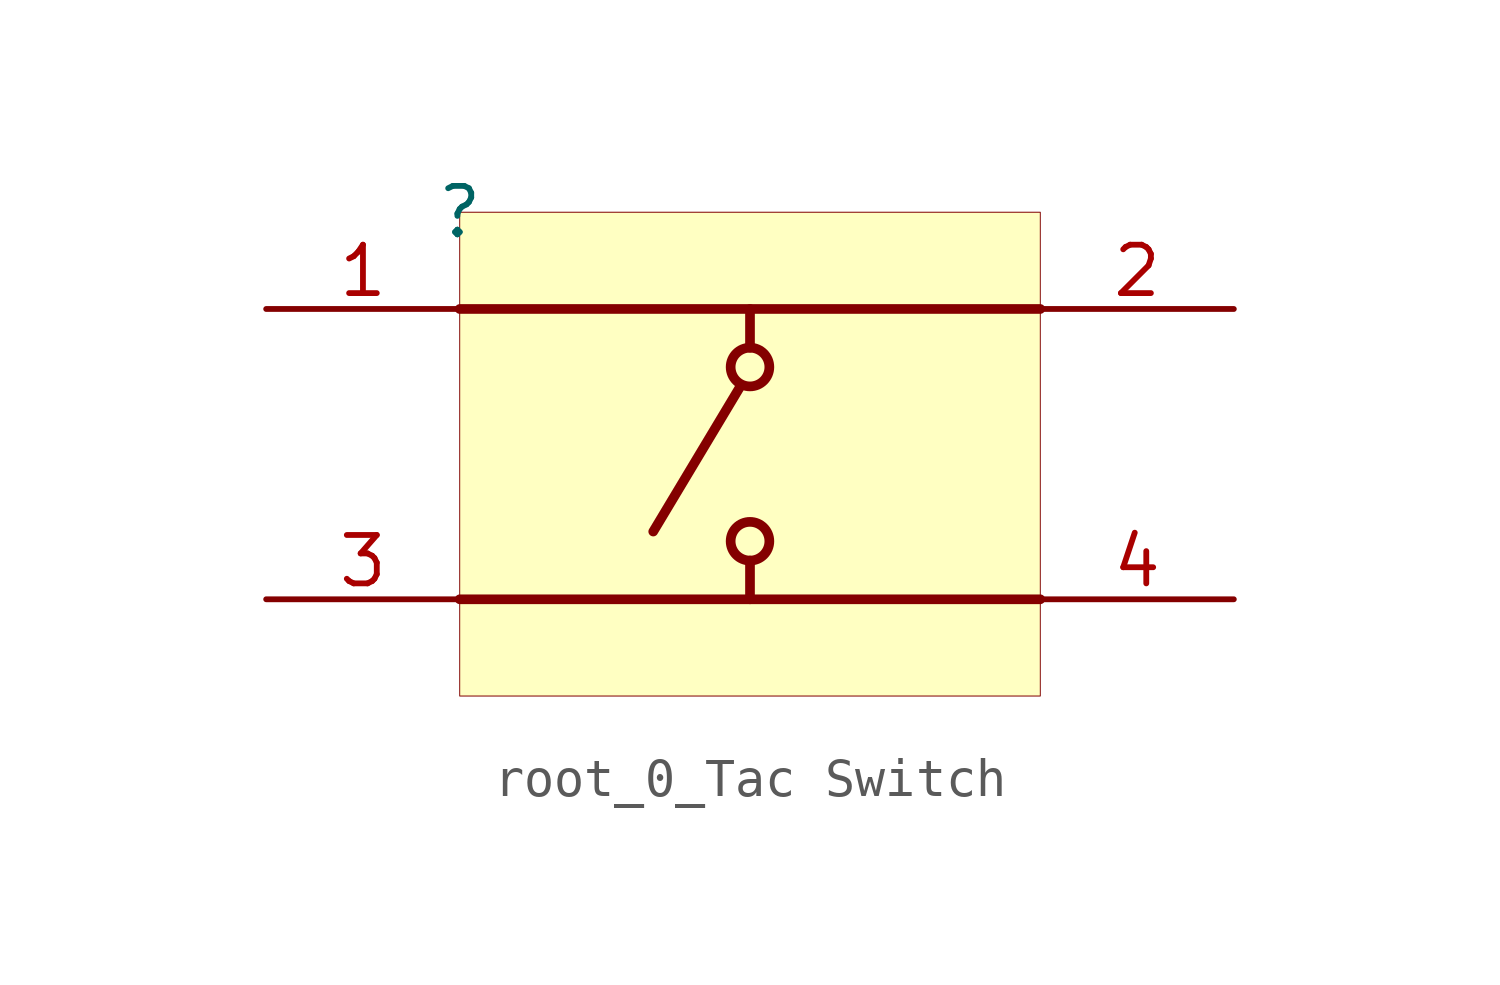
<source format=kicad_sym>
(kicad_symbol_lib
  (version 20231120)
  (generator "kicad_symbol_editor")
  (generator_version "8.0")
  (symbol "root_0_Tac Switch"
    (property "Reference" ""
      (at 0 0 0)
      (effects (font (size 1.27 1.27))))
    (property "Value" ""
      (at 0 0 0)
      (effects (font (size 1.27 1.27))))
    (symbol "root_0_Tac Switch_1_0"
      (polyline (pts (xy 5.08 -8.382) (xy 7.366 -4.572)) (stroke (width 0.254) (type solid)) (fill (type none)))
      (polyline (pts (xy 7.62 -10.16) (xy 7.62 -9.144)) (stroke (width 0.254) (type solid)) (fill (type none)))
      (polyline (pts (xy 7.62 -2.54) (xy 7.62 -3.556)) (stroke (width 0.254) (type solid)) (fill (type none)))
      (polyline (pts (xy 15.24 -10.16) (xy 0 -10.16)) (stroke (width 0.254) (type solid)) (fill (type none)))
      (polyline (pts (xy 15.24 -2.54) (xy 0 -2.54)) (stroke (width 0.254) (type solid)) (fill (type none)))
      (circle (center 7.62 -8.636) (radius 0.508) (stroke (width 0.254) (type solid)) (fill (type color) (color 255 255 255 1)))
      (circle (center 7.62 -4.064) (radius 0.508) (stroke (width 0.254) (type solid)) (fill (type color) (color 255 255 255 1)))
      (rectangle (start 15.24 0) (end 0 -12.7) (stroke (width 0.025) (type solid) (color 128 0 0 1)) (fill (type background)))
      (pin passive line (at -5.08 -2.54 0) (length 5.08) (name "1" (effects (font (size 0 0)))) (number "1" (effects (font (size 1.27 1.27)))))
      (pin passive line (at 20.32 -2.54 180) (length 5.08) (name "2" (effects (font (size 0 0)))) (number "2" (effects (font (size 1.27 1.27)))))
      (pin passive line (at -5.08 -10.16 0) (length 5.08) (name "3" (effects (font (size 0 0)))) (number "3" (effects (font (size 1.27 1.27)))))
      (pin passive line (at 20.32 -10.16 180) (length 5.08) (name "4" (effects (font (size 0 0)))) (number "4" (effects (font (size 1.27 1.27))))))))
</source>
